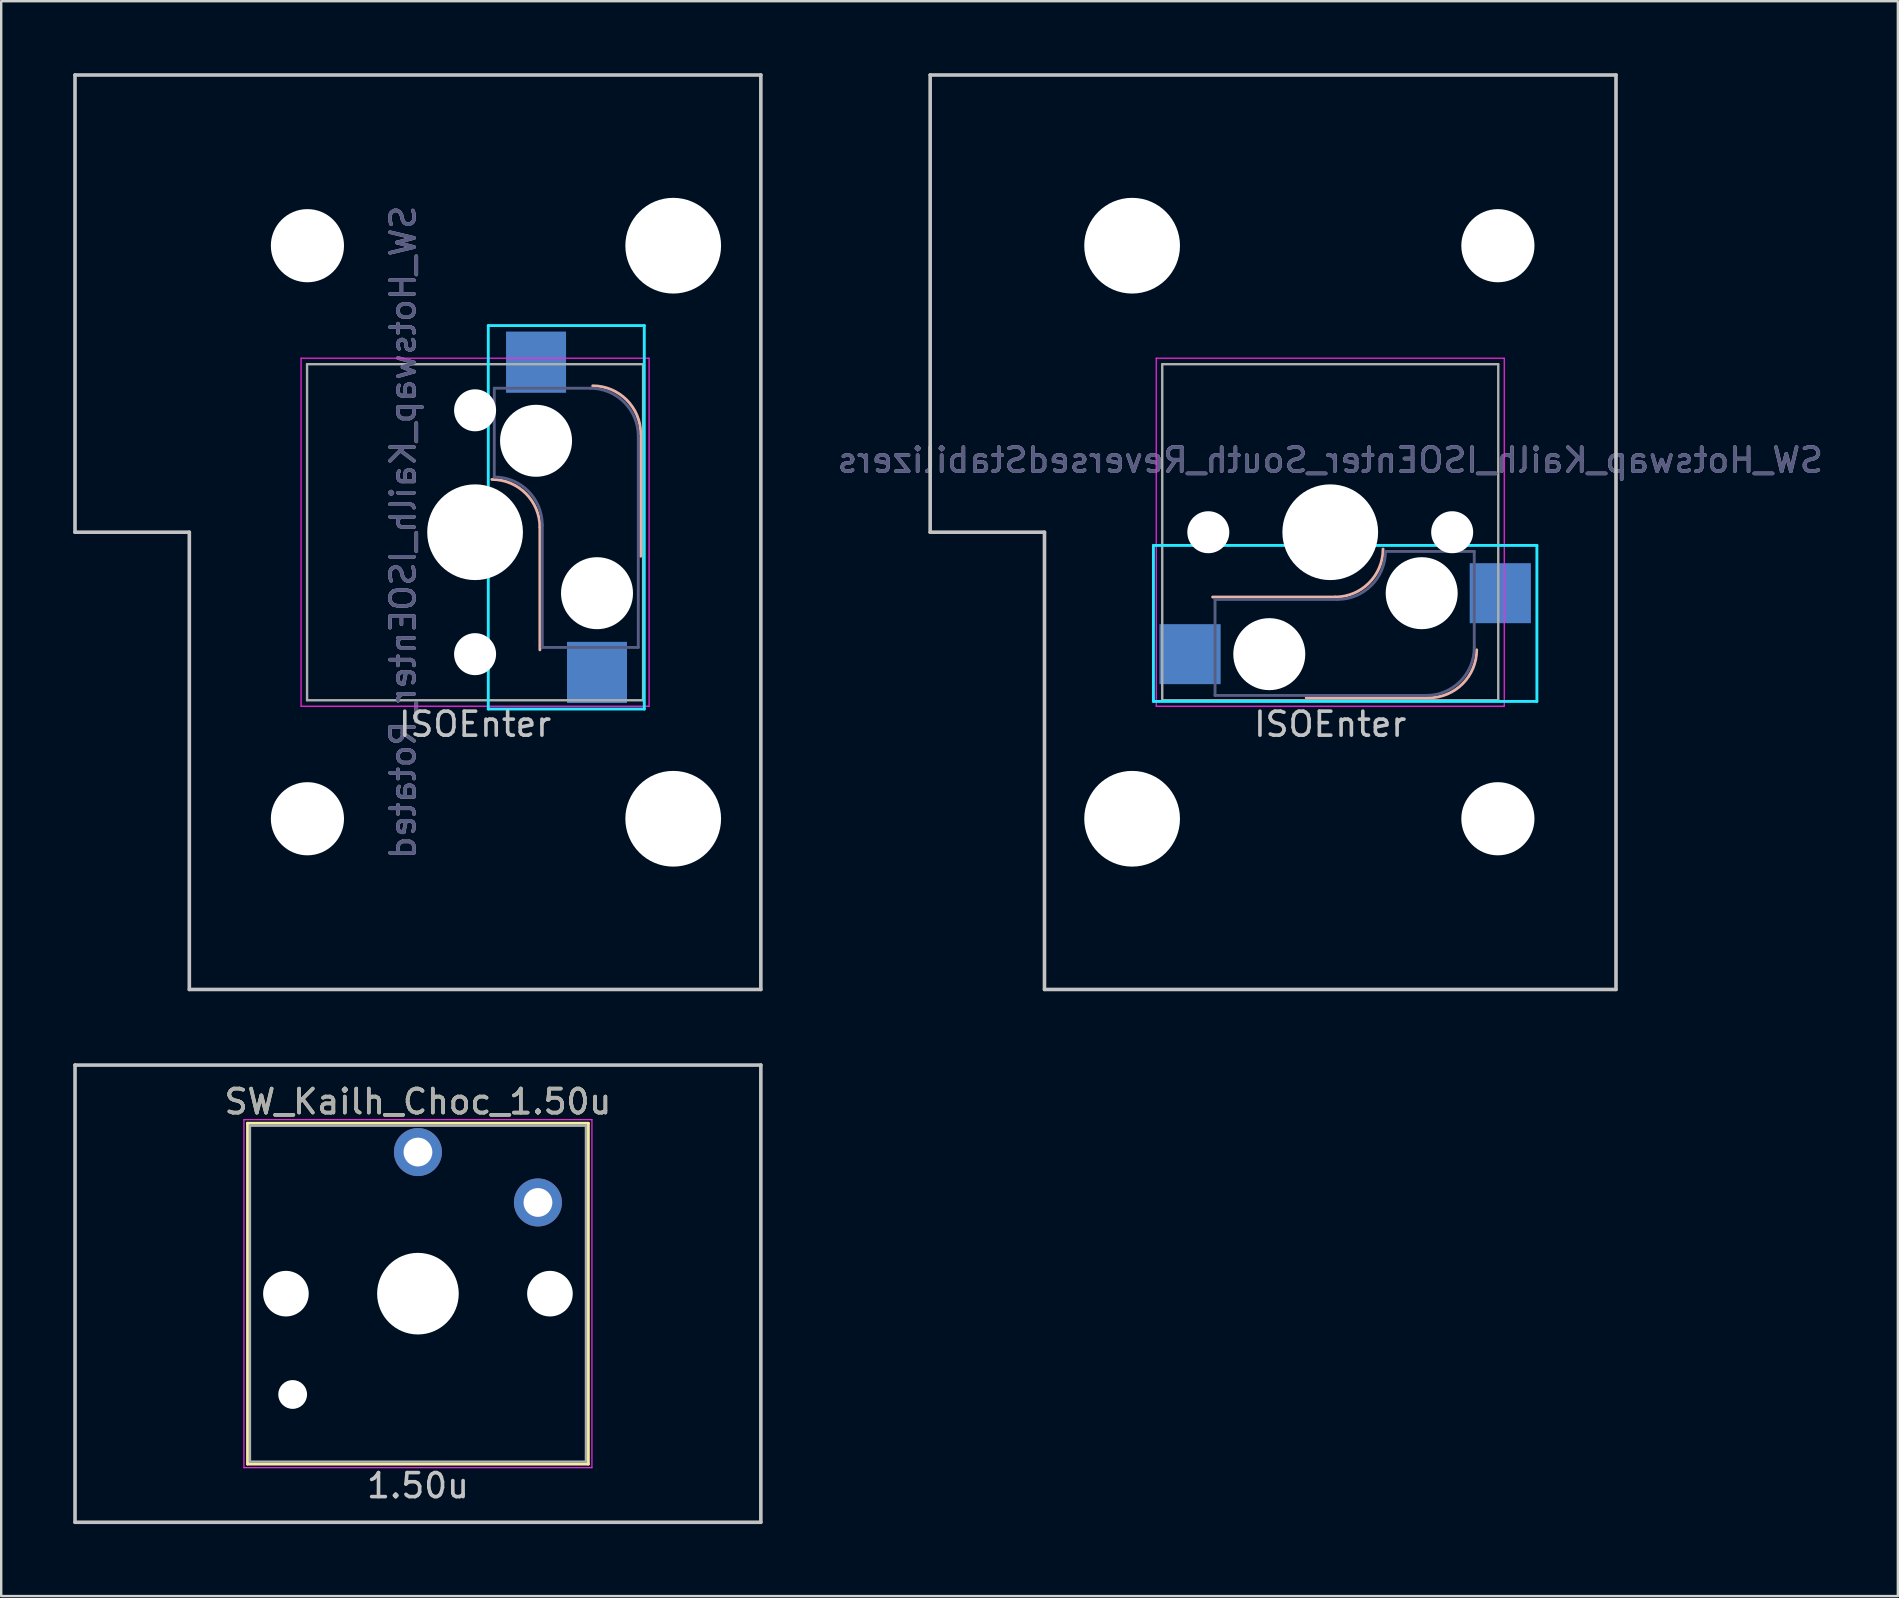
<source format=kicad_pcb>
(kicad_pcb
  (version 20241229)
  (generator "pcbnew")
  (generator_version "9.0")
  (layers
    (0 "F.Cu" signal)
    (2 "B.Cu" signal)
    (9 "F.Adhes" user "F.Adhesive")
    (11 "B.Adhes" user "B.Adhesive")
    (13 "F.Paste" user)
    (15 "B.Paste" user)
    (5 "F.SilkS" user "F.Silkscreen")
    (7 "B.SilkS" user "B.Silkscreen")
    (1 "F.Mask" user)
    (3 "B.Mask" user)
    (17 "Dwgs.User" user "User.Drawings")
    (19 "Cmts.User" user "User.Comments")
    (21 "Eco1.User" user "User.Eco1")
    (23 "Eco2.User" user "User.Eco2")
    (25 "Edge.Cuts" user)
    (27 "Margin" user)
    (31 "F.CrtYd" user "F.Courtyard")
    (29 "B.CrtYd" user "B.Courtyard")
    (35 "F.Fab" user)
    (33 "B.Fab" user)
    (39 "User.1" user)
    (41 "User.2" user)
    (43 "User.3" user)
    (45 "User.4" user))
  (footprint "SW_Hotswap_Kailh_ISOEnter_South_ReversedStabilizers"
    (layer "F.Cu")
    (at 52.374 19.125)
    (property "Reference" "SW_Hotswap_Kailh_ISOEnter_South_ReversedStabilizers" (at 0 -3 0) (layer "B.SilkS") (effects (font (size 1 1) (thickness 0.15)) (justify mirror)))
    (attr smd)
    (fp_line (start -4.9 2.7) (end 0.2 2.7) (stroke (width 0.12) (type solid)) (layer "B.SilkS"))
    (fp_line (start -1 6.9) (end 4.1 6.9) (stroke (width 0.12) (type solid)) (layer "B.SilkS"))
    (fp_arc (start 2.2 0.7) (mid 1.614214 2.114214) (end 0.2 2.7) (stroke (width 0.12) (type solid)) (layer "B.SilkS"))
    (fp_arc (start 6.1 4.9) (mid 5.514214 6.314214) (end 4.1 6.9) (stroke (width 0.12) (type solid)) (layer "B.SilkS"))
    (fp_line (start -16.669 -19.05) (end -16.669 0) (stroke (width 0.15) (type solid)) (layer "Dwgs.User"))
    (fp_line (start -16.669 -19.05) (end 11.906 -19.05) (stroke (width 0.15) (type solid)) (layer "Dwgs.User"))
    (fp_line (start -11.906 0) (end -16.669 0) (stroke (width 0.15) (type solid)) (layer "Dwgs.User"))
    (fp_line (start -11.906 19.05) (end -11.906 0) (stroke (width 0.15) (type solid)) (layer "Dwgs.User"))
    (fp_line (start -11.906 19.05) (end 11.906 19.05) (stroke (width 0.15) (type solid)) (layer "Dwgs.User"))
    (fp_line (start 11.906 -19.05) (end 11.906 19.05) (stroke (width 0.15) (type solid)) (layer "Dwgs.User"))
    (fp_line (start -7.367 7.05) (end -7.367 0.55) (stroke (width 0.12) (type solid)) (layer "B.CrtYd"))
    (fp_line (start 8.61 0.55) (end -7.367 0.55) (stroke (width 0.12) (type solid)) (layer "B.CrtYd"))
    (fp_line (start 8.61 0.55) (end 8.61 7.05) (stroke (width 0.12) (type solid)) (layer "B.CrtYd"))
    (fp_line (start 8.61 7.05) (end -7.367 7.05) (stroke (width 0.12) (type solid)) (layer "B.CrtYd"))
    (fp_line (start -7.25 -7.25) (end 7.25 -7.25) (stroke (width 0.05) (type solid)) (layer "F.CrtYd"))
    (fp_line (start -7.25 7.25) (end -7.25 -7.25) (stroke (width 0.05) (type solid)) (layer "F.CrtYd"))
    (fp_line (start 7.25 -7.25) (end 7.25 7.25) (stroke (width 0.05) (type solid)) (layer "F.CrtYd"))
    (fp_line (start 7.25 7.25) (end -7.25 7.25) (stroke (width 0.05) (type solid)) (layer "F.CrtYd"))
    (fp_line (start -4.8 6.8) (end -4.8 2.8) (stroke (width 0.12) (type solid)) (layer "B.Fab"))
    (fp_line (start 0.3 2.8) (end -4.8 2.8) (stroke (width 0.12) (type solid)) (layer "B.Fab"))
    (fp_line (start 4 6.8) (end -4.8 6.8) (stroke (width 0.12) (type solid)) (layer "B.Fab"))
    (fp_line (start 6 0.8) (end 2.3 0.8) (stroke (width 0.12) (type solid)) (layer "B.Fab"))
    (fp_line (start 6 0.8) (end 6 4.8) (stroke (width 0.12) (type solid)) (layer "B.Fab"))
    (fp_arc (start 2.3 0.8) (mid 1.714214 2.214214) (end 0.3 2.8) (stroke (width 0.12) (type solid)) (layer "B.Fab"))
    (fp_arc (start 6 4.8) (mid 5.414214 6.214214) (end 4 6.8) (stroke (width 0.12) (type solid)) (layer "B.Fab"))
    (fp_line (start -7 -7) (end 7 -7) (stroke (width 0.1) (type solid)) (layer "F.Fab"))
    (fp_line (start -7 7) (end -7 -7) (stroke (width 0.1) (type solid)) (layer "F.Fab"))
    (fp_line (start 7 -7) (end 7 7) (stroke (width 0.1) (type solid)) (layer "F.Fab"))
    (fp_line (start 7 7) (end -7 7) (stroke (width 0.1) (type solid)) (layer "F.Fab"))
    (fp_text user "ISOEnter" (at 0 8 0) (layer "Dwgs.User") (effects (font (size 1 1) (thickness 0.15))))
    (fp_text user "${REFERENCE}" (at 0 -3 0) (layer "B.Fab") (effects (font (size 1 1) (thickness 0.15)) (justify mirror)))
    (pad "" np_thru_hole circle (at -8.255 -11.938) (size 3.988 3.988) (drill 3.988) (layers "*.Cu" "*.Mask"))
    (pad "" np_thru_hole circle (at -8.255 11.938) (size 3.988 3.988) (drill 3.988) (layers "*.Cu" "*.Mask"))
    (pad "" np_thru_hole circle (at -5.08 0 228.1) (size 1.75 1.75) (drill 1.75) (layers "*.Cu" "*.Mask"))
    (pad "" np_thru_hole circle (at -2.54 5.08 180) (size 3 3) (drill 3) (layers "*.Cu" "*.Mask"))
    (pad "" np_thru_hole circle (at 0 0 180) (size 3.988 3.988) (drill 3.988) (layers "*.Cu" "*.Mask"))
    (pad "" np_thru_hole circle (at 3.81 2.54 180) (size 3 3) (drill 3) (layers "*.Cu" "*.Mask"))
    (pad "" np_thru_hole circle (at 5.08 0 228.1) (size 1.75 1.75) (drill 1.75) (layers "*.Cu" "*.Mask"))
    (pad "" np_thru_hole circle (at 6.985 -11.938) (size 3.048 3.048) (drill 3.048) (layers "*.Cu" "*.Mask"))
    (pad "" np_thru_hole circle (at 6.985 11.938) (size 3.048 3.048) (drill 3.048) (layers "*.Cu" "*.Mask"))
    (pad "1" smd rect (at 7.085 2.54 180) (size 2.55 2.5) (layers "B.Cu" "B.Mask" "B.Paste"))
    (pad "2" smd rect (at -5.842 5.08 180) (size 2.55 2.5) (layers "B.Cu" "B.Mask" "B.Paste")))
  (footprint "SW_Kailh_Choc_1.50u"
    (layer "F.Cu")
    (at 14.363 50.85)
    (property "Reference" "SW_Kailh_Choc_1.50u" (at 0 -8 0) (layer "F.SilkS") (effects (font (size 1 1) (thickness 0.15))))
    (attr through_hole)
    (fp_line (start -7.1 -7.1) (end 7.1 -7.1) (stroke (width 0.12) (type solid)) (layer "F.SilkS"))
    (fp_line (start -7.1 7.1) (end -7.1 -7.1) (stroke (width 0.12) (type solid)) (layer "F.SilkS"))
    (fp_line (start 7.1 -7.1) (end 7.1 7.1) (stroke (width 0.12) (type solid)) (layer "F.SilkS"))
    (fp_line (start 7.1 7.1) (end -7.1 7.1) (stroke (width 0.12) (type solid)) (layer "F.SilkS"))
    (fp_line (start -14.287 -9.525) (end 14.287 -9.525) (stroke (width 0.15) (type solid)) (layer "Dwgs.User"))
    (fp_line (start -14.287 9.525) (end -14.287 -9.525) (stroke (width 0.15) (type solid)) (layer "Dwgs.User"))
    (fp_line (start 14.287 -9.525) (end 14.287 9.525) (stroke (width 0.15) (type solid)) (layer "Dwgs.User"))
    (fp_line (start 14.287 9.525) (end -14.287 9.525) (stroke (width 0.15) (type solid)) (layer "Dwgs.User"))
    (fp_line (start -7.25 -7.25) (end 7.25 -7.25) (stroke (width 0.05) (type solid)) (layer "F.CrtYd"))
    (fp_line (start -7.25 7.25) (end -7.25 -7.25) (stroke (width 0.05) (type solid)) (layer "F.CrtYd"))
    (fp_line (start 7.25 -7.25) (end 7.25 7.25) (stroke (width 0.05) (type solid)) (layer "F.CrtYd"))
    (fp_line (start 7.25 7.25) (end -7.25 7.25) (stroke (width 0.05) (type solid)) (layer "F.CrtYd"))
    (fp_line (start -7 -7) (end 7 -7) (stroke (width 0.1) (type solid)) (layer "F.Fab"))
    (fp_line (start -7 7) (end -7 -7) (stroke (width 0.1) (type solid)) (layer "F.Fab"))
    (fp_line (start 7 -7) (end 7 7) (stroke (width 0.1) (type solid)) (layer "F.Fab"))
    (fp_line (start 7 7) (end -7 7) (stroke (width 0.1) (type solid)) (layer "F.Fab"))
    (fp_text user "1.50u" (at 0 8 0) (layer "Dwgs.User") (effects (font (size 1 1) (thickness 0.15))))
    (fp_text user "${REFERENCE}" (at 0 -8 0) (layer "F.Fab") (effects (font (size 1 1) (thickness 0.15))))
    (pad "" np_thru_hole circle (at -5.5 0 48.1) (size 1.9 1.9) (drill 1.9) (layers "*.Cu" "*.Mask"))
    (pad "" np_thru_hole circle (at -5.22 4.2) (size 1.2 1.2) (drill 1.2) (layers "*.Cu" "*.Mask"))
    (pad "" np_thru_hole circle (at 0 0) (size 3.4 3.4) (drill 3.4) (layers "*.Cu" "*.Mask"))
    (pad "" np_thru_hole circle (at 5.5 0 48.1) (size 1.9 1.9) (drill 1.9) (layers "*.Cu" "*.Mask"))
    (pad "1" thru_hole circle (at 5 -3.8) (size 2 2) (drill 1.2) (layers "*.Cu" "B.Mask"))
    (pad "2" thru_hole circle (at 0 -5.9) (size 2 2) (drill 1.2) (layers "*.Cu" "B.Mask")))
  (footprint "SW_Hotswap_Kailh_ISOEnter_Rotated"
    (layer "F.Cu")
    (at 16.744 19.125)
    (property "Reference" "SW_Hotswap_Kailh_ISOEnter_Rotated" (at -3 0 90) (layer "B.SilkS") (effects (font (size 1 1) (thickness 0.15)) (justify mirror)))
    (attr smd)
    (fp_line (start 2.7 4.9) (end 2.7 -0.2) (stroke (width 0.12) (type solid)) (layer "B.SilkS"))
    (fp_line (start 6.9 1) (end 6.9 -4.1) (stroke (width 0.12) (type solid)) (layer "B.SilkS"))
    (fp_arc (start 0.7 -2.2) (mid 2.114214 -1.614214) (end 2.7 -0.2) (stroke (width 0.12) (type solid)) (layer "B.SilkS"))
    (fp_arc (start 4.9 -6.1) (mid 6.314214 -5.514214) (end 6.9 -4.1) (stroke (width 0.12) (type solid)) (layer "B.SilkS"))
    (fp_line (start -16.669 -19.05) (end -16.669 0) (stroke (width 0.15) (type solid)) (layer "Dwgs.User"))
    (fp_line (start -16.669 -19.05) (end 11.906 -19.05) (stroke (width 0.15) (type solid)) (layer "Dwgs.User"))
    (fp_line (start -11.906 0) (end -16.669 0) (stroke (width 0.15) (type solid)) (layer "Dwgs.User"))
    (fp_line (start -11.906 19.05) (end -11.906 0) (stroke (width 0.15) (type solid)) (layer "Dwgs.User"))
    (fp_line (start -11.906 19.05) (end 11.906 19.05) (stroke (width 0.15) (type solid)) (layer "Dwgs.User"))
    (fp_line (start 11.906 -19.05) (end 11.906 19.05) (stroke (width 0.15) (type solid)) (layer "Dwgs.User"))
    (fp_line (start 0.55 -8.61) (end 0.55 7.367) (stroke (width 0.12) (type solid)) (layer "B.CrtYd"))
    (fp_line (start 0.55 -8.61) (end 7.05 -8.61) (stroke (width 0.12) (type solid)) (layer "B.CrtYd"))
    (fp_line (start 7.05 -8.61) (end 7.05 7.367) (stroke (width 0.12) (type solid)) (layer "B.CrtYd"))
    (fp_line (start 7.05 7.367) (end 0.55 7.367) (stroke (width 0.12) (type solid)) (layer "B.CrtYd"))
    (fp_line (start -7.25 -7.25) (end 7.25 -7.25) (stroke (width 0.05) (type solid)) (layer "F.CrtYd"))
    (fp_line (start -7.25 7.25) (end -7.25 -7.25) (stroke (width 0.05) (type solid)) (layer "F.CrtYd"))
    (fp_line (start 7.25 -7.25) (end 7.25 7.25) (stroke (width 0.05) (type solid)) (layer "F.CrtYd"))
    (fp_line (start 7.25 7.25) (end -7.25 7.25) (stroke (width 0.05) (type solid)) (layer "F.CrtYd"))
    (fp_line (start 0.8 -6) (end 0.8 -2.3) (stroke (width 0.12) (type solid)) (layer "B.Fab"))
    (fp_line (start 0.8 -6) (end 4.8 -6) (stroke (width 0.12) (type solid)) (layer "B.Fab"))
    (fp_line (start 2.8 -0.3) (end 2.8 4.8) (stroke (width 0.12) (type solid)) (layer "B.Fab"))
    (fp_line (start 6.8 -4) (end 6.8 4.8) (stroke (width 0.12) (type solid)) (layer "B.Fab"))
    (fp_line (start 6.8 4.8) (end 2.8 4.8) (stroke (width 0.12) (type solid)) (layer "B.Fab"))
    (fp_arc (start 0.8 -2.3) (mid 2.214214 -1.714214) (end 2.8 -0.3) (stroke (width 0.12) (type solid)) (layer "B.Fab"))
    (fp_arc (start 4.8 -6) (mid 6.214214 -5.414214) (end 6.8 -4) (stroke (width 0.12) (type solid)) (layer "B.Fab"))
    (fp_line (start -7 -7) (end 7 -7) (stroke (width 0.1) (type solid)) (layer "F.Fab"))
    (fp_line (start -7 7) (end -7 -7) (stroke (width 0.1) (type solid)) (layer "F.Fab"))
    (fp_line (start 7 -7) (end 7 7) (stroke (width 0.1) (type solid)) (layer "F.Fab"))
    (fp_line (start 7 7) (end -7 7) (stroke (width 0.1) (type solid)) (layer "F.Fab"))
    (fp_text user "ISOEnter" (at 0 8 0) (layer "Dwgs.User") (effects (font (size 1 1) (thickness 0.15))))
    (fp_text user "${REFERENCE}" (at -3 0 90) (layer "B.Fab") (effects (font (size 1 1) (thickness 0.15)) (justify mirror)))
    (pad "" np_thru_hole circle (at -6.985 -11.938) (size 3.048 3.048) (drill 3.048) (layers "*.Cu" "*.Mask"))
    (pad "" np_thru_hole circle (at -6.985 11.938) (size 3.048 3.048) (drill 3.048) (layers "*.Cu" "*.Mask"))
    (pad "" np_thru_hole circle (at 0 -5.08 318.1) (size 1.75 1.75) (drill 1.75) (layers "*.Cu" "*.Mask"))
    (pad "" np_thru_hole circle (at 0 0 270) (size 3.988 3.988) (drill 3.988) (layers "*.Cu" "*.Mask"))
    (pad "" np_thru_hole circle (at 0 5.08 318.1) (size 1.75 1.75) (drill 1.75) (layers "*.Cu" "*.Mask"))
    (pad "" np_thru_hole circle (at 2.54 -3.81 270) (size 3 3) (drill 3) (layers "*.Cu" "*.Mask"))
    (pad "" np_thru_hole circle (at 5.08 2.54 270) (size 3 3) (drill 3) (layers "*.Cu" "*.Mask"))
    (pad "" np_thru_hole circle (at 8.255 -11.938) (size 3.988 3.988) (drill 3.988) (layers "*.Cu" "*.Mask"))
    (pad "" np_thru_hole circle (at 8.255 11.938) (size 3.988 3.988) (drill 3.988) (layers "*.Cu" "*.Mask"))
    (pad "1" smd rect (at 2.54 -7.085 270) (size 2.55 2.5) (layers "B.Cu" "B.Mask" "B.Paste"))
    (pad "2" smd rect (at 5.08 5.842 270) (size 2.55 2.5) (layers "B.Cu" "B.Mask" "B.Paste")))
  (gr_rect
    (start -3 -3)
    (end 76.023 63.45)
    (stroke (width 0.1) (type default))
    (fill no)
    (layer "Edge.Cuts")))
</source>
